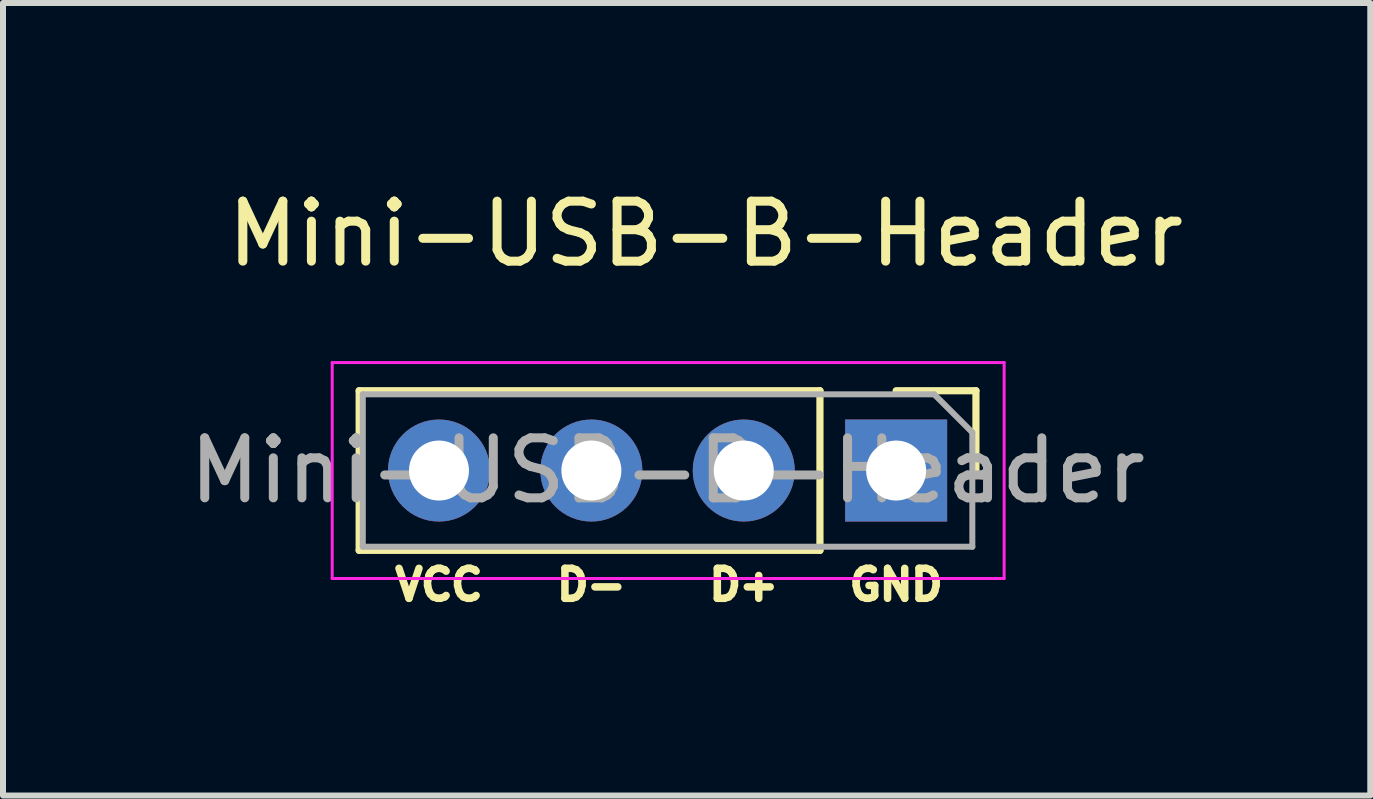
<source format=kicad_pcb>
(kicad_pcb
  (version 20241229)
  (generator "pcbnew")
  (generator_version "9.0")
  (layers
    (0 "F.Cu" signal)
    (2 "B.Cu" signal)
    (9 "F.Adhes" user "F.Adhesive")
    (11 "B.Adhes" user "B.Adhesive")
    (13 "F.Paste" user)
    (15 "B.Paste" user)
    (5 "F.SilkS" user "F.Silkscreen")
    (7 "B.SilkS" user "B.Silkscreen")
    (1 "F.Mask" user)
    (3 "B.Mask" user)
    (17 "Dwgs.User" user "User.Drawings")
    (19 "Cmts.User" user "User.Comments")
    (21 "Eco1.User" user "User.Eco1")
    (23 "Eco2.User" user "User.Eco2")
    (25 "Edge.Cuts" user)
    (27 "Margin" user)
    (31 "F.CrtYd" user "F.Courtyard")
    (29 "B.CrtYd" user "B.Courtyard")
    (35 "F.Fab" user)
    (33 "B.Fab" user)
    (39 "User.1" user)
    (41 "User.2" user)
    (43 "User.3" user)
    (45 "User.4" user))
  (footprint "Mini-USB-B-Header"
    (layer "F.Cu")
    (at 11.887 4.793)
    (property "Reference" "Mini-USB-B-Header" (at -3.175 -3.945 0) (layer "F.SilkS") (effects (font (size 1 1) (thickness 0.15))))
    (attr through_hole)
    (fp_line (start -8.95 -1.33) (end -8.95 1.33) (stroke (width 0.12) (type solid)) (layer "F.SilkS"))
    (fp_line (start -1.27 -1.33) (end -8.95 -1.33) (stroke (width 0.12) (type solid)) (layer "F.SilkS"))
    (fp_line (start -1.27 -1.33) (end -1.27 1.33) (stroke (width 0.12) (type solid)) (layer "F.SilkS"))
    (fp_line (start -1.27 1.33) (end -8.95 1.33) (stroke (width 0.12) (type solid)) (layer "F.SilkS"))
    (fp_line (start 0 -1.33) (end 1.33 -1.33) (stroke (width 0.12) (type solid)) (layer "F.SilkS"))
    (fp_line (start 1.33 -1.33) (end 1.33 0) (stroke (width 0.12) (type solid)) (layer "F.SilkS"))
    (fp_line (start -9.4 -1.8) (end -9.4 1.8) (stroke (width 0.05) (type solid)) (layer "F.CrtYd"))
    (fp_line (start -9.4 1.8) (end 1.8 1.8) (stroke (width 0.05) (type solid)) (layer "F.CrtYd"))
    (fp_line (start 1.8 -1.8) (end -9.4 -1.8) (stroke (width 0.05) (type solid)) (layer "F.CrtYd"))
    (fp_line (start 1.8 1.8) (end 1.8 -1.8) (stroke (width 0.05) (type solid)) (layer "F.CrtYd"))
    (fp_line (start -8.89 -1.27) (end 0.635 -1.27) (stroke (width 0.1) (type solid)) (layer "F.Fab"))
    (fp_line (start -8.89 1.27) (end -8.89 -1.27) (stroke (width 0.1) (type solid)) (layer "F.Fab"))
    (fp_line (start 0.635 -1.27) (end 1.27 -0.635) (stroke (width 0.1) (type solid)) (layer "F.Fab"))
    (fp_line (start 1.27 -0.635) (end 1.27 1.27) (stroke (width 0.1) (type solid)) (layer "F.Fab"))
    (fp_line (start 1.27 1.27) (end -8.89 1.27) (stroke (width 0.1) (type solid)) (layer "F.Fab"))
    (fp_text user "D-" (at -5.08 1.905 0) (layer "F.SilkS") (effects (font (size 0.5 0.5) (thickness 0.125))))
    (fp_text user "D+" (at -2.54 1.905 0) (layer "F.SilkS") (effects (font (size 0.5 0.5) (thickness 0.125))))
    (fp_text user "GND" (at 0 1.905 0) (layer "F.SilkS") (effects (font (size 0.5 0.5) (thickness 0.125))))
    (fp_text user "VCC" (at -7.62 1.905 0) (layer "F.SilkS") (effects (font (size 0.5 0.5) (thickness 0.125))))
    (fp_text user "${REFERENCE}" (at -3.81 0 0) (layer "F.Fab") (effects (font (size 1 1) (thickness 0.15))))
    (pad "1" thru_hole rect (at 0 0 270) (size 1.7 1.7) (drill 1) (layers "*.Cu" "*.Mask"))
    (pad "2" thru_hole oval (at -2.54 0 270) (size 1.7 1.7) (drill 1) (layers "*.Cu" "*.Mask"))
    (pad "3" thru_hole oval (at -5.08 0 270) (size 1.7 1.7) (drill 1) (layers "*.Cu" "*.Mask"))
    (pad "4" thru_hole oval (at -7.62 0 270) (size 1.7 1.7) (drill 1) (layers "*.Cu" "*.Mask")))
  (gr_rect
    (start -3 -3)
    (end 19.79 10.21)
    (stroke (width 0.1) (type default))
    (fill no)
    (layer "Edge.Cuts")))
</source>
